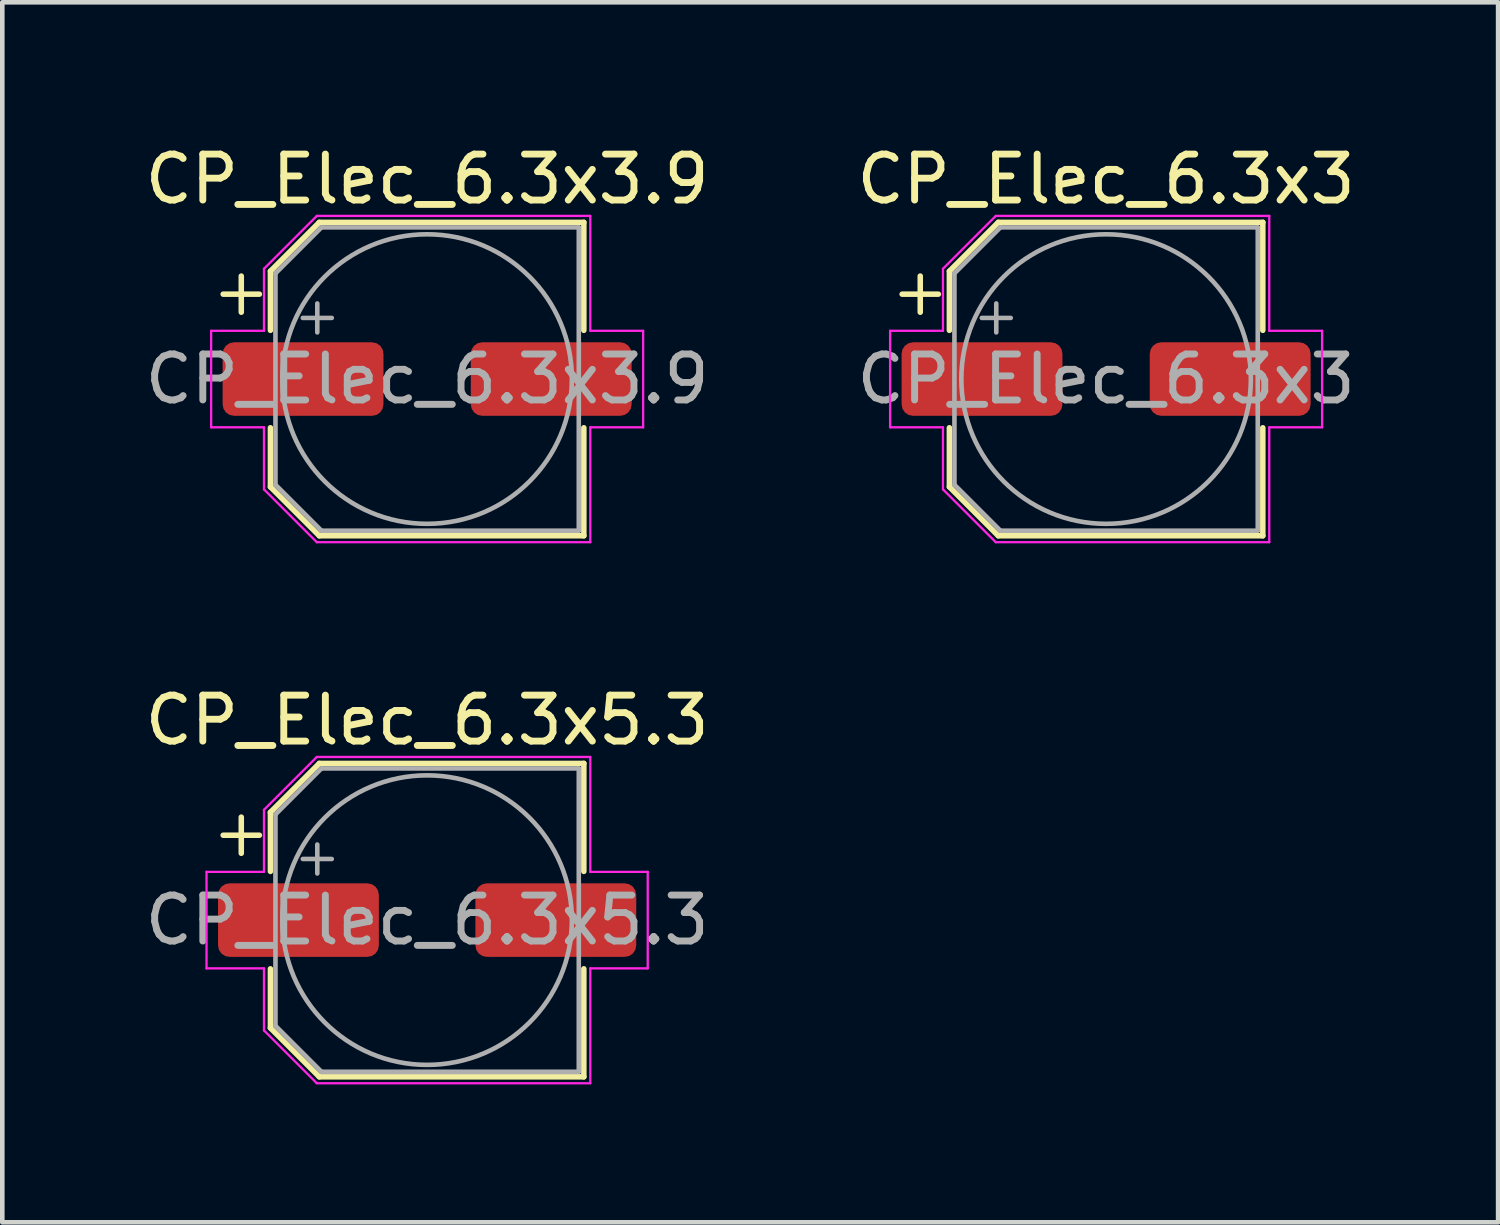
<source format=kicad_pcb>
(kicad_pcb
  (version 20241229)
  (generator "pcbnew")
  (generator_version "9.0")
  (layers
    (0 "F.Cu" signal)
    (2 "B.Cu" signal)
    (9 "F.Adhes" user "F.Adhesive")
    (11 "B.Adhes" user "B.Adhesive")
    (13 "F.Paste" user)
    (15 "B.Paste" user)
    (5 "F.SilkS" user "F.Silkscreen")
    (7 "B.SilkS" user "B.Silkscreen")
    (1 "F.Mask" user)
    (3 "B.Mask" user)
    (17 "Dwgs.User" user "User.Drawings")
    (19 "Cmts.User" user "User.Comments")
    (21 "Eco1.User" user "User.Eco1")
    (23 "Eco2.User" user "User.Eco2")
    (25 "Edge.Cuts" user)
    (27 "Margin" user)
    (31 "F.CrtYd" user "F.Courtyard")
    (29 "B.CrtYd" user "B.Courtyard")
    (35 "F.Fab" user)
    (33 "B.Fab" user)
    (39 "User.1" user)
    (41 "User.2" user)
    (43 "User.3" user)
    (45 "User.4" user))
  (footprint "CP_Elec_6.3x3.9"
    (layer "F.Cu")
    (at 6.244 5.198)
    (property "Reference" "CP_Elec_6.3x3.9" (at 0 -4.35 0) (layer "F.SilkS") (effects (font (size 1 1) (thickness 0.15))))
    (attr smd)
    (fp_line (start -4.438 -1.847) (end -3.65 -1.847) (stroke (width 0.12) (type solid)) (layer "F.SilkS"))
    (fp_line (start -4.044 -2.241) (end -4.044 -1.454) (stroke (width 0.12) (type solid)) (layer "F.SilkS"))
    (fp_line (start -3.41 -2.346) (end -3.41 -1.06) (stroke (width 0.12) (type solid)) (layer "F.SilkS"))
    (fp_line (start -3.41 -2.346) (end -2.346 -3.41) (stroke (width 0.12) (type solid)) (layer "F.SilkS"))
    (fp_line (start -3.41 2.346) (end -3.41 1.06) (stroke (width 0.12) (type solid)) (layer "F.SilkS"))
    (fp_line (start -3.41 2.346) (end -2.346 3.41) (stroke (width 0.12) (type solid)) (layer "F.SilkS"))
    (fp_line (start -2.346 -3.41) (end 3.41 -3.41) (stroke (width 0.12) (type solid)) (layer "F.SilkS"))
    (fp_line (start -2.346 3.41) (end 3.41 3.41) (stroke (width 0.12) (type solid)) (layer "F.SilkS"))
    (fp_line (start 3.41 -3.41) (end 3.41 -1.06) (stroke (width 0.12) (type solid)) (layer "F.SilkS"))
    (fp_line (start 3.41 3.41) (end 3.41 1.06) (stroke (width 0.12) (type solid)) (layer "F.SilkS"))
    (fp_line (start -4.7 -1.05) (end -4.7 1.05) (stroke (width 0.05) (type solid)) (layer "F.CrtYd"))
    (fp_line (start -4.7 1.05) (end -3.55 1.05) (stroke (width 0.05) (type solid)) (layer "F.CrtYd"))
    (fp_line (start -3.55 -2.4) (end -3.55 -1.05) (stroke (width 0.05) (type solid)) (layer "F.CrtYd"))
    (fp_line (start -3.55 -2.4) (end -2.4 -3.55) (stroke (width 0.05) (type solid)) (layer "F.CrtYd"))
    (fp_line (start -3.55 -1.05) (end -4.7 -1.05) (stroke (width 0.05) (type solid)) (layer "F.CrtYd"))
    (fp_line (start -3.55 1.05) (end -3.55 2.4) (stroke (width 0.05) (type solid)) (layer "F.CrtYd"))
    (fp_line (start -3.55 2.4) (end -2.4 3.55) (stroke (width 0.05) (type solid)) (layer "F.CrtYd"))
    (fp_line (start -2.4 -3.55) (end 3.55 -3.55) (stroke (width 0.05) (type solid)) (layer "F.CrtYd"))
    (fp_line (start -2.4 3.55) (end 3.55 3.55) (stroke (width 0.05) (type solid)) (layer "F.CrtYd"))
    (fp_line (start 3.55 -3.55) (end 3.55 -1.05) (stroke (width 0.05) (type solid)) (layer "F.CrtYd"))
    (fp_line (start 3.55 -1.05) (end 4.7 -1.05) (stroke (width 0.05) (type solid)) (layer "F.CrtYd"))
    (fp_line (start 3.55 1.05) (end 3.55 3.55) (stroke (width 0.05) (type solid)) (layer "F.CrtYd"))
    (fp_line (start 4.7 -1.05) (end 4.7 1.05) (stroke (width 0.05) (type solid)) (layer "F.CrtYd"))
    (fp_line (start 4.7 1.05) (end 3.55 1.05) (stroke (width 0.05) (type solid)) (layer "F.CrtYd"))
    (fp_line (start -3.3 -2.3) (end -3.3 2.3) (stroke (width 0.1) (type solid)) (layer "F.Fab"))
    (fp_line (start -3.3 -2.3) (end -2.3 -3.3) (stroke (width 0.1) (type solid)) (layer "F.Fab"))
    (fp_line (start -3.3 2.3) (end -2.3 3.3) (stroke (width 0.1) (type solid)) (layer "F.Fab"))
    (fp_line (start -2.705 -1.33) (end -2.075 -1.33) (stroke (width 0.1) (type solid)) (layer "F.Fab"))
    (fp_line (start -2.39 -1.645) (end -2.39 -1.015) (stroke (width 0.1) (type solid)) (layer "F.Fab"))
    (fp_line (start -2.3 -3.3) (end 3.3 -3.3) (stroke (width 0.1) (type solid)) (layer "F.Fab"))
    (fp_line (start -2.3 3.3) (end 3.3 3.3) (stroke (width 0.1) (type solid)) (layer "F.Fab"))
    (fp_line (start 3.3 -3.3) (end 3.3 3.3) (stroke (width 0.1) (type solid)) (layer "F.Fab"))
    (fp_circle (center 0 0) (end 3.15 0) (stroke (width 0.1) (type solid)) (fill no) (layer "F.Fab"))
    (fp_text user "${REFERENCE}" (at 0 0 0) (layer "F.Fab") (effects (font (size 1 1) (thickness 0.15))))
    (pad "1" smd roundrect (at -2.7 0) (size 3.5 1.6) (layers "F.Cu" "F.Mask" "F.Paste") (roundrect_rratio 0.156))
    (pad "2" smd roundrect (at 2.7 0) (size 3.5 1.6) (layers "F.Cu" "F.Mask" "F.Paste") (roundrect_rratio 0.156)))
  (footprint "CP_Elec_6.3x3"
    (layer "F.Cu")
    (at 21.018 5.198)
    (property "Reference" "CP_Elec_6.3x3" (at 0 -4.35 0) (layer "F.SilkS") (effects (font (size 1 1) (thickness 0.15))))
    (attr smd)
    (fp_line (start -4.438 -1.847) (end -3.65 -1.847) (stroke (width 0.12) (type solid)) (layer "F.SilkS"))
    (fp_line (start -4.044 -2.241) (end -4.044 -1.454) (stroke (width 0.12) (type solid)) (layer "F.SilkS"))
    (fp_line (start -3.41 -2.346) (end -3.41 -1.06) (stroke (width 0.12) (type solid)) (layer "F.SilkS"))
    (fp_line (start -3.41 -2.346) (end -2.346 -3.41) (stroke (width 0.12) (type solid)) (layer "F.SilkS"))
    (fp_line (start -3.41 2.346) (end -3.41 1.06) (stroke (width 0.12) (type solid)) (layer "F.SilkS"))
    (fp_line (start -3.41 2.346) (end -2.346 3.41) (stroke (width 0.12) (type solid)) (layer "F.SilkS"))
    (fp_line (start -2.346 -3.41) (end 3.41 -3.41) (stroke (width 0.12) (type solid)) (layer "F.SilkS"))
    (fp_line (start -2.346 3.41) (end 3.41 3.41) (stroke (width 0.12) (type solid)) (layer "F.SilkS"))
    (fp_line (start 3.41 -3.41) (end 3.41 -1.06) (stroke (width 0.12) (type solid)) (layer "F.SilkS"))
    (fp_line (start 3.41 3.41) (end 3.41 1.06) (stroke (width 0.12) (type solid)) (layer "F.SilkS"))
    (fp_line (start -4.7 -1.05) (end -4.7 1.05) (stroke (width 0.05) (type solid)) (layer "F.CrtYd"))
    (fp_line (start -4.7 1.05) (end -3.55 1.05) (stroke (width 0.05) (type solid)) (layer "F.CrtYd"))
    (fp_line (start -3.55 -2.4) (end -3.55 -1.05) (stroke (width 0.05) (type solid)) (layer "F.CrtYd"))
    (fp_line (start -3.55 -2.4) (end -2.4 -3.55) (stroke (width 0.05) (type solid)) (layer "F.CrtYd"))
    (fp_line (start -3.55 -1.05) (end -4.7 -1.05) (stroke (width 0.05) (type solid)) (layer "F.CrtYd"))
    (fp_line (start -3.55 1.05) (end -3.55 2.4) (stroke (width 0.05) (type solid)) (layer "F.CrtYd"))
    (fp_line (start -3.55 2.4) (end -2.4 3.55) (stroke (width 0.05) (type solid)) (layer "F.CrtYd"))
    (fp_line (start -2.4 -3.55) (end 3.55 -3.55) (stroke (width 0.05) (type solid)) (layer "F.CrtYd"))
    (fp_line (start -2.4 3.55) (end 3.55 3.55) (stroke (width 0.05) (type solid)) (layer "F.CrtYd"))
    (fp_line (start 3.55 -3.55) (end 3.55 -1.05) (stroke (width 0.05) (type solid)) (layer "F.CrtYd"))
    (fp_line (start 3.55 -1.05) (end 4.7 -1.05) (stroke (width 0.05) (type solid)) (layer "F.CrtYd"))
    (fp_line (start 3.55 1.05) (end 3.55 3.55) (stroke (width 0.05) (type solid)) (layer "F.CrtYd"))
    (fp_line (start 4.7 -1.05) (end 4.7 1.05) (stroke (width 0.05) (type solid)) (layer "F.CrtYd"))
    (fp_line (start 4.7 1.05) (end 3.55 1.05) (stroke (width 0.05) (type solid)) (layer "F.CrtYd"))
    (fp_line (start -3.3 -2.3) (end -3.3 2.3) (stroke (width 0.1) (type solid)) (layer "F.Fab"))
    (fp_line (start -3.3 -2.3) (end -2.3 -3.3) (stroke (width 0.1) (type solid)) (layer "F.Fab"))
    (fp_line (start -3.3 2.3) (end -2.3 3.3) (stroke (width 0.1) (type solid)) (layer "F.Fab"))
    (fp_line (start -2.705 -1.33) (end -2.075 -1.33) (stroke (width 0.1) (type solid)) (layer "F.Fab"))
    (fp_line (start -2.39 -1.645) (end -2.39 -1.015) (stroke (width 0.1) (type solid)) (layer "F.Fab"))
    (fp_line (start -2.3 -3.3) (end 3.3 -3.3) (stroke (width 0.1) (type solid)) (layer "F.Fab"))
    (fp_line (start -2.3 3.3) (end 3.3 3.3) (stroke (width 0.1) (type solid)) (layer "F.Fab"))
    (fp_line (start 3.3 -3.3) (end 3.3 3.3) (stroke (width 0.1) (type solid)) (layer "F.Fab"))
    (fp_circle (center 0 0) (end 3.15 0) (stroke (width 0.1) (type solid)) (fill no) (layer "F.Fab"))
    (fp_text user "${REFERENCE}" (at 0 0 0) (layer "F.Fab") (effects (font (size 1 1) (thickness 0.15))))
    (pad "1" smd roundrect (at -2.7 0) (size 3.5 1.6) (layers "F.Cu" "F.Mask" "F.Paste") (roundrect_rratio 0.156))
    (pad "2" smd roundrect (at 2.7 0) (size 3.5 1.6) (layers "F.Cu" "F.Mask" "F.Paste") (roundrect_rratio 0.156)))
  (footprint "CP_Elec_6.3x5.3"
    (layer "F.Cu")
    (at 6.244 16.971)
    (property "Reference" "CP_Elec_6.3x5.3" (at 0 -4.35 0) (layer "F.SilkS") (effects (font (size 1 1) (thickness 0.15))))
    (attr smd)
    (fp_line (start -4.438 -1.847) (end -3.65 -1.847) (stroke (width 0.12) (type solid)) (layer "F.SilkS"))
    (fp_line (start -4.044 -2.241) (end -4.044 -1.454) (stroke (width 0.12) (type solid)) (layer "F.SilkS"))
    (fp_line (start -3.41 -2.346) (end -3.41 -1.06) (stroke (width 0.12) (type solid)) (layer "F.SilkS"))
    (fp_line (start -3.41 -2.346) (end -2.346 -3.41) (stroke (width 0.12) (type solid)) (layer "F.SilkS"))
    (fp_line (start -3.41 2.346) (end -3.41 1.06) (stroke (width 0.12) (type solid)) (layer "F.SilkS"))
    (fp_line (start -3.41 2.346) (end -2.346 3.41) (stroke (width 0.12) (type solid)) (layer "F.SilkS"))
    (fp_line (start -2.346 -3.41) (end 3.41 -3.41) (stroke (width 0.12) (type solid)) (layer "F.SilkS"))
    (fp_line (start -2.346 3.41) (end 3.41 3.41) (stroke (width 0.12) (type solid)) (layer "F.SilkS"))
    (fp_line (start 3.41 -3.41) (end 3.41 -1.06) (stroke (width 0.12) (type solid)) (layer "F.SilkS"))
    (fp_line (start 3.41 3.41) (end 3.41 1.06) (stroke (width 0.12) (type solid)) (layer "F.SilkS"))
    (fp_line (start -4.8 -1.05) (end -4.8 1.05) (stroke (width 0.05) (type solid)) (layer "F.CrtYd"))
    (fp_line (start -4.8 1.05) (end -3.55 1.05) (stroke (width 0.05) (type solid)) (layer "F.CrtYd"))
    (fp_line (start -3.55 -2.4) (end -3.55 -1.05) (stroke (width 0.05) (type solid)) (layer "F.CrtYd"))
    (fp_line (start -3.55 -2.4) (end -2.4 -3.55) (stroke (width 0.05) (type solid)) (layer "F.CrtYd"))
    (fp_line (start -3.55 -1.05) (end -4.8 -1.05) (stroke (width 0.05) (type solid)) (layer "F.CrtYd"))
    (fp_line (start -3.55 1.05) (end -3.55 2.4) (stroke (width 0.05) (type solid)) (layer "F.CrtYd"))
    (fp_line (start -3.55 2.4) (end -2.4 3.55) (stroke (width 0.05) (type solid)) (layer "F.CrtYd"))
    (fp_line (start -2.4 -3.55) (end 3.55 -3.55) (stroke (width 0.05) (type solid)) (layer "F.CrtYd"))
    (fp_line (start -2.4 3.55) (end 3.55 3.55) (stroke (width 0.05) (type solid)) (layer "F.CrtYd"))
    (fp_line (start 3.55 -3.55) (end 3.55 -1.05) (stroke (width 0.05) (type solid)) (layer "F.CrtYd"))
    (fp_line (start 3.55 -1.05) (end 4.8 -1.05) (stroke (width 0.05) (type solid)) (layer "F.CrtYd"))
    (fp_line (start 3.55 1.05) (end 3.55 3.55) (stroke (width 0.05) (type solid)) (layer "F.CrtYd"))
    (fp_line (start 4.8 -1.05) (end 4.8 1.05) (stroke (width 0.05) (type solid)) (layer "F.CrtYd"))
    (fp_line (start 4.8 1.05) (end 3.55 1.05) (stroke (width 0.05) (type solid)) (layer "F.CrtYd"))
    (fp_line (start -3.3 -2.3) (end -3.3 2.3) (stroke (width 0.1) (type solid)) (layer "F.Fab"))
    (fp_line (start -3.3 -2.3) (end -2.3 -3.3) (stroke (width 0.1) (type solid)) (layer "F.Fab"))
    (fp_line (start -3.3 2.3) (end -2.3 3.3) (stroke (width 0.1) (type solid)) (layer "F.Fab"))
    (fp_line (start -2.705 -1.33) (end -2.075 -1.33) (stroke (width 0.1) (type solid)) (layer "F.Fab"))
    (fp_line (start -2.39 -1.645) (end -2.39 -1.015) (stroke (width 0.1) (type solid)) (layer "F.Fab"))
    (fp_line (start -2.3 -3.3) (end 3.3 -3.3) (stroke (width 0.1) (type solid)) (layer "F.Fab"))
    (fp_line (start -2.3 3.3) (end 3.3 3.3) (stroke (width 0.1) (type solid)) (layer "F.Fab"))
    (fp_line (start 3.3 -3.3) (end 3.3 3.3) (stroke (width 0.1) (type solid)) (layer "F.Fab"))
    (fp_circle (center 0 0) (end 3.15 0) (stroke (width 0.1) (type solid)) (fill no) (layer "F.Fab"))
    (fp_text user "${REFERENCE}" (at 0 0 0) (layer "F.Fab") (effects (font (size 1 1) (thickness 0.15))))
    (pad "1" smd roundrect (at -2.8 0) (size 3.5 1.6) (layers "F.Cu" "F.Mask" "F.Paste") (roundrect_rratio 0.156))
    (pad "2" smd roundrect (at 2.8 0) (size 3.5 1.6) (layers "F.Cu" "F.Mask" "F.Paste") (roundrect_rratio 0.156)))
  (gr_rect
    (start -3 -3)
    (end 29.548 23.547)
    (stroke (width 0.1) (type default))
    (fill no)
    (layer "Edge.Cuts")))
</source>
